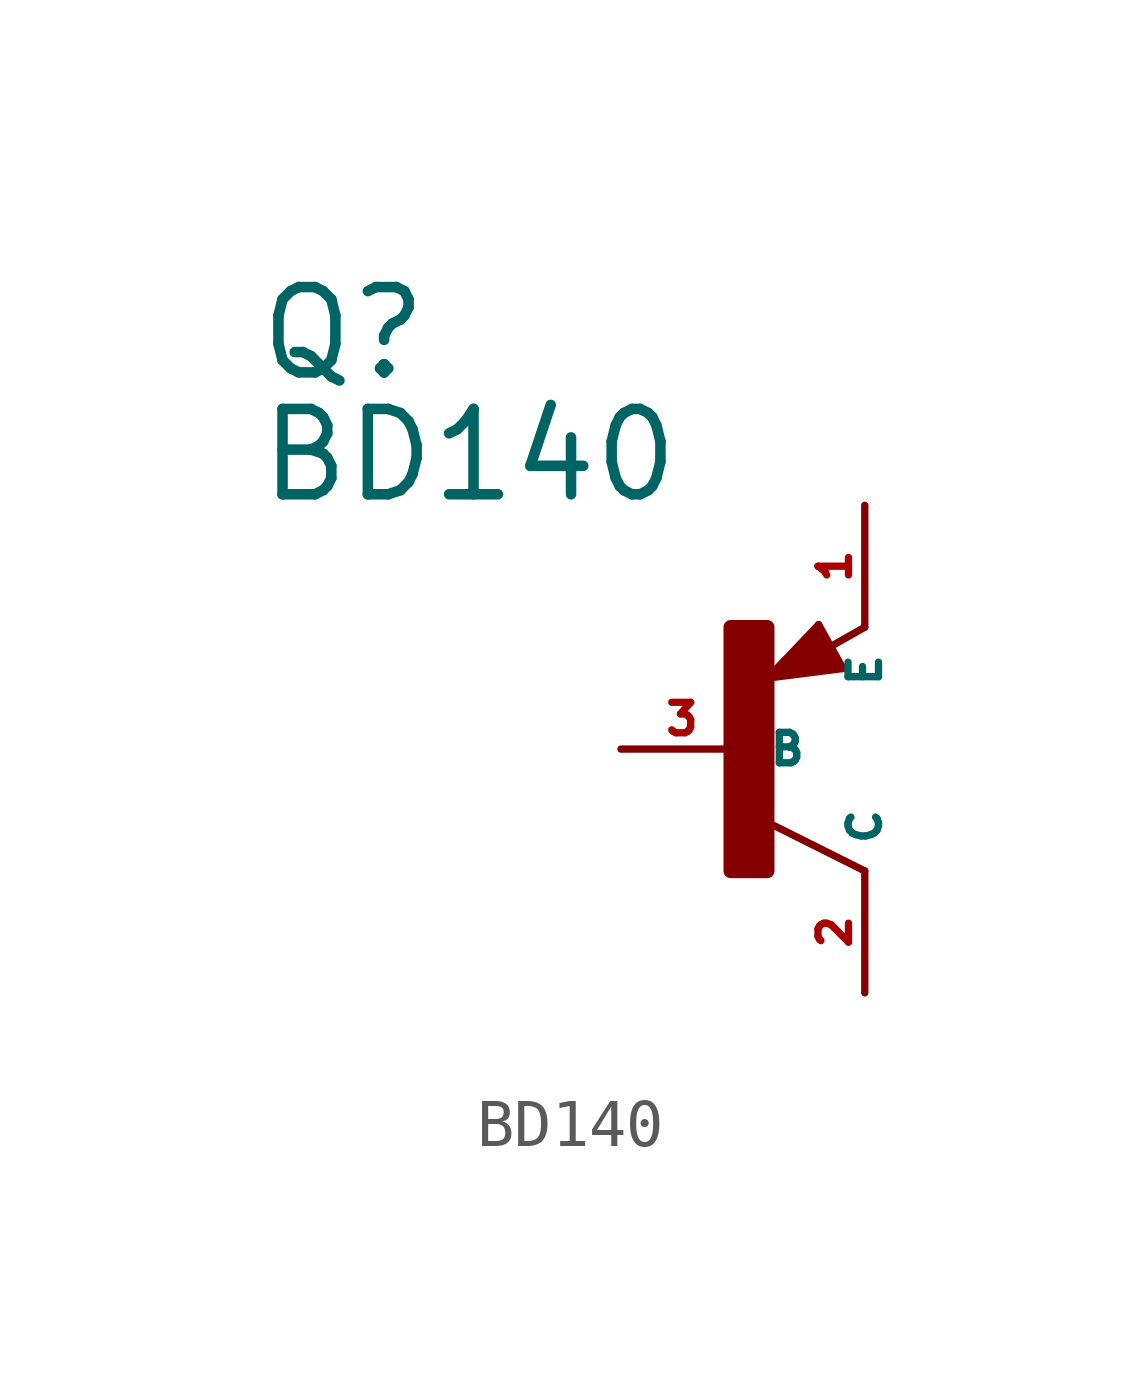
<source format=kicad_sym>
(kicad_symbol_lib
  (version 20220914)
  (generator Eagle2Kicad)
  (symbol "BD140"
    (property "Reference" "Q"
      (at -10.16 7.62 0)
      (effects (font (size 1.778 1.778) (thickness 0.22)) (justify left bottom)))
    (property "Value" "BD140"
      (at -10.16 5.08 0)
      (effects (font (size 1.778 1.778) (thickness 0.22)) (justify left bottom)))
    (polyline
      (pts (xy 2.086 1.678) (xy 1.578 2.594))
      (stroke (width 0.152) (type default))
      (fill (type none)))
    (polyline
      (pts (xy 1.578 2.594) (xy 0.516 1.478))
      (stroke (width 0.152) (type default))
      (fill (type none)))
    (polyline
      (pts (xy 0.516 1.478) (xy 2.086 1.678))
      (stroke (width 0.152) (type default))
      (fill (type none)))
    (polyline
      (pts (xy 2.54 2.54) (xy 1.808 2.124))
      (stroke (width 0.152) (type default))
      (fill (type none)))
    (polyline
      (pts (xy 2.54 -2.54) (xy 0.508 -1.524))
      (stroke (width 0.152) (type default))
      (fill (type none)))
    (polyline
      (pts (xy 1.905 1.778) (xy 1.524 2.413))
      (stroke (width 0.254) (type default))
      (fill (type none)))
    (polyline
      (pts (xy 1.524 2.413) (xy 0.762 1.651))
      (stroke (width 0.254) (type default))
      (fill (type none)))
    (polyline
      (pts (xy 0.762 1.651) (xy 1.778 1.778))
      (stroke (width 0.254) (type default))
      (fill (type none)))
    (polyline
      (pts (xy 1.778 1.778) (xy 1.524 2.159))
      (stroke (width 0.254) (type default))
      (fill (type none)))
    (polyline
      (pts (xy 1.524 2.159) (xy 1.143 1.905))
      (stroke (width 0.254) (type default))
      (fill (type none)))
    (polyline
      (pts (xy 1.143 1.905) (xy 1.524 1.905))
      (stroke (width 0.254) (type default))
      (fill (type none)))
    (rectangle
      (start -0.254 -2.54)
      (end 0.508 2.54)
      (stroke (width 0.3) (type default))
      (fill (type outline)))
    (pin passive line
      (at -2.54 0 0)
      (length 2.54)
      (name "B" (effects (font (size 0.635 0.635) (thickness 0.08)) (justify left bottom)))
      (number "3" (effects (font (size 0.635 0.635) (thickness 0.08)) (justify left bottom))))
    (pin passive line
      (at 2.54 5.08 270)
      (length 2.54)
      (name "E" (effects (font (size 0.635 0.635) (thickness 0.08)) (justify left bottom)))
      (number "1" (effects (font (size 0.635 0.635) (thickness 0.08)) (justify left bottom))))
    (pin passive line
      (at 2.54 -5.08 90)
      (length 2.54)
      (name "C" (effects (font (size 0.635 0.635) (thickness 0.08)) (justify left bottom)))
      (number "2" (effects (font (size 0.635 0.635) (thickness 0.08)) (justify left bottom))))))
</source>
